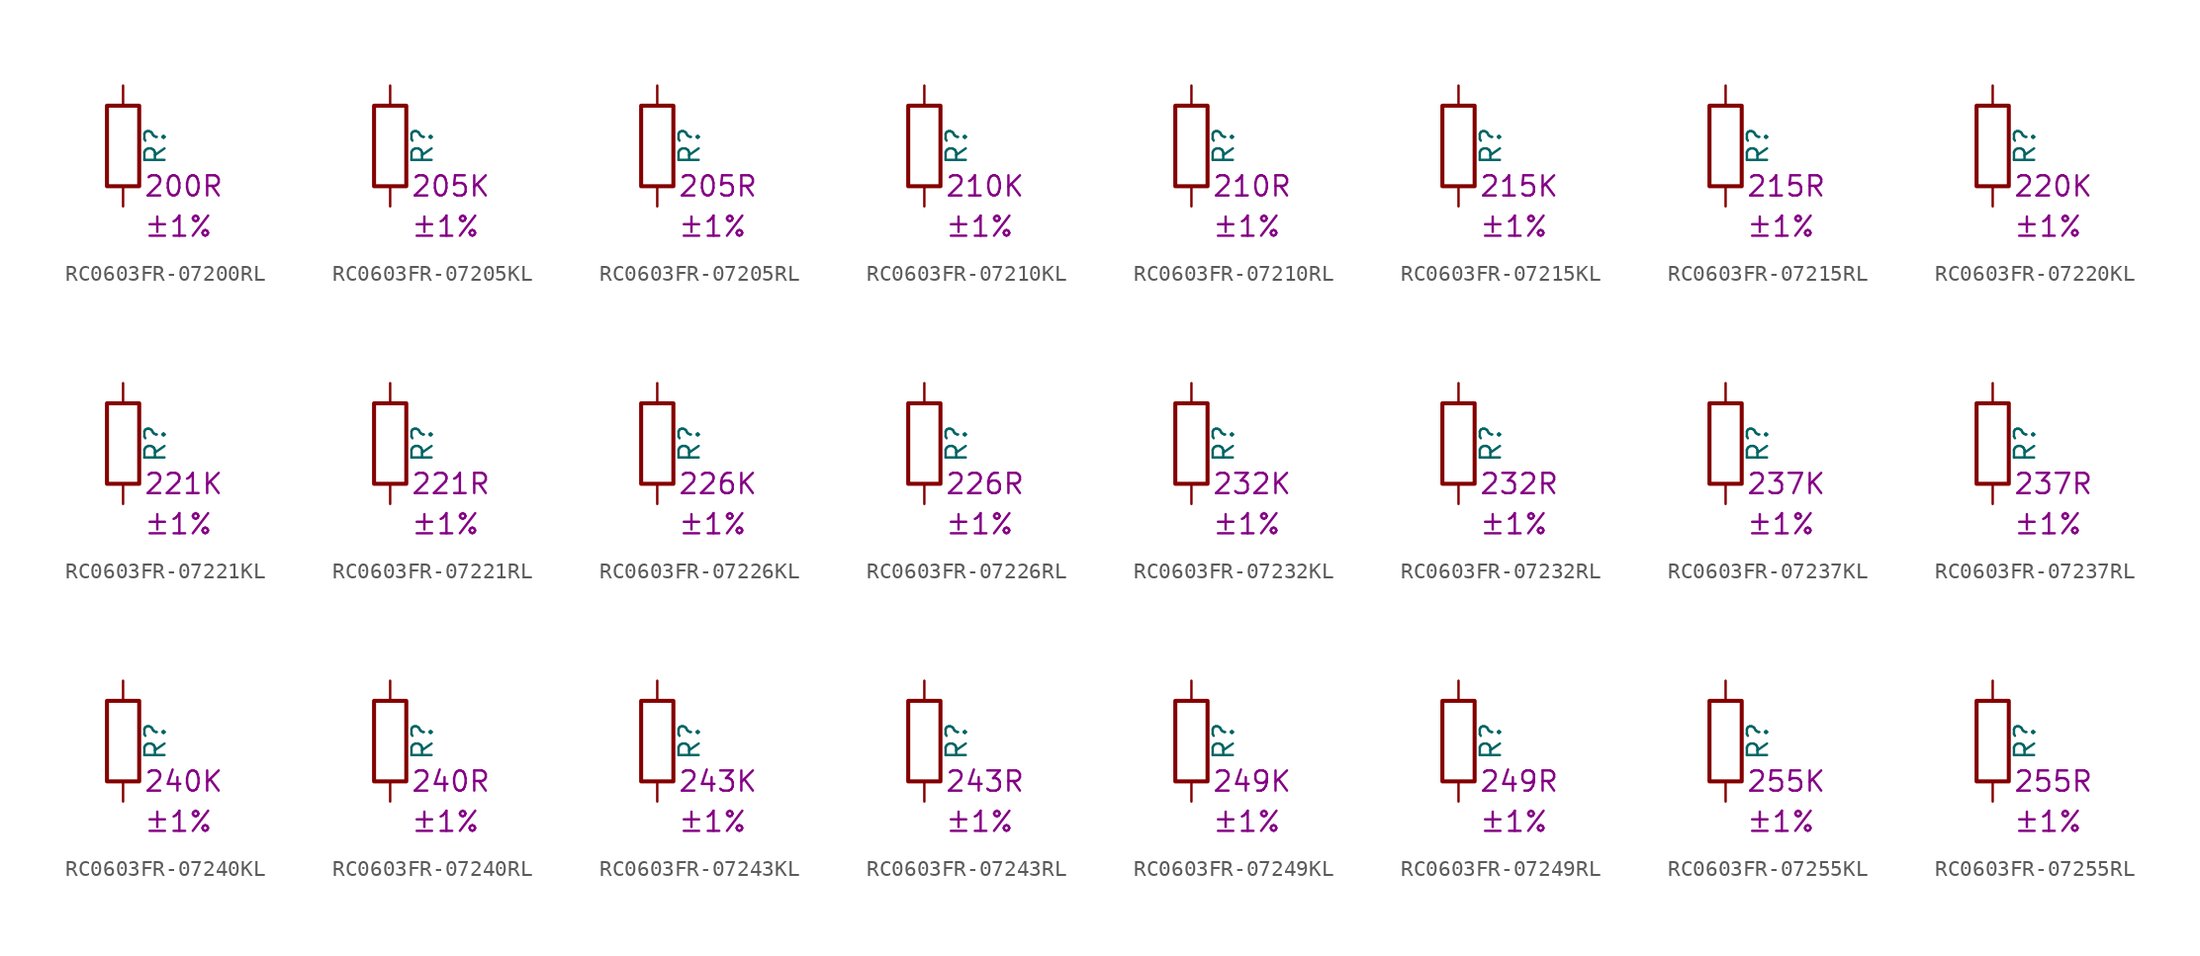
<source format=kicad_sym>
(kicad_symbol_lib
  (version 20220914)
  (generator kicad_symbol_editor)
  (symbol "RC0603FR-07200RL"
    (pin_numbers hide)
    (pin_names
      (offset 0))
    (property "Reference" "R"
      (at 2.032 0 90)
      (effects (font (size 1.27 1.27))))
    (property "Resistance" "200R"
      (at 1.27 -2.54 0)
      (effects (font (size 1.27 1.27)) (justify left)))
    (property "Tolerance" "±1%"
      (at 1.27 -5.08 0)
      (effects (font (size 1.27 1.27)) (justify left)))
    (symbol "RC0603FR-07200RL_0_1"
      (rectangle (start -1.016 -2.54) (end 1.016 2.54) (stroke (width 0.254) (type default)) (fill (type none))))
    (symbol "RC0603FR-07200RL_1_1"
      (pin passive line (at 0 3.81 270) (length 1.27) (name "~" (effects (font (size 1.27 1.27)))) (number "1" (effects (font (size 1.27 1.27)))))
      (pin passive line (at 0 -3.81 90) (length 1.27) (name "~" (effects (font (size 1.27 1.27)))) (number "2" (effects (font (size 1.27 1.27)))))))
  (symbol "RC0603FR-07205KL"
    (pin_numbers hide)
    (pin_names
      (offset 0))
    (property "Reference" "R"
      (at 2.032 0 90)
      (effects (font (size 1.27 1.27))))
    (property "Resistance" "205K"
      (at 1.27 -2.54 0)
      (effects (font (size 1.27 1.27)) (justify left)))
    (property "Tolerance" "±1%"
      (at 1.27 -5.08 0)
      (effects (font (size 1.27 1.27)) (justify left)))
    (symbol "RC0603FR-07205KL_0_1"
      (rectangle (start -1.016 -2.54) (end 1.016 2.54) (stroke (width 0.254) (type default)) (fill (type none))))
    (symbol "RC0603FR-07205KL_1_1"
      (pin passive line (at 0 3.81 270) (length 1.27) (name "~" (effects (font (size 1.27 1.27)))) (number "1" (effects (font (size 1.27 1.27)))))
      (pin passive line (at 0 -3.81 90) (length 1.27) (name "~" (effects (font (size 1.27 1.27)))) (number "2" (effects (font (size 1.27 1.27)))))))
  (symbol "RC0603FR-07205RL"
    (pin_numbers hide)
    (pin_names
      (offset 0))
    (property "Reference" "R"
      (at 2.032 0 90)
      (effects (font (size 1.27 1.27))))
    (property "Resistance" "205R"
      (at 1.27 -2.54 0)
      (effects (font (size 1.27 1.27)) (justify left)))
    (property "Tolerance" "±1%"
      (at 1.27 -5.08 0)
      (effects (font (size 1.27 1.27)) (justify left)))
    (symbol "RC0603FR-07205RL_0_1"
      (rectangle (start -1.016 -2.54) (end 1.016 2.54) (stroke (width 0.254) (type default)) (fill (type none))))
    (symbol "RC0603FR-07205RL_1_1"
      (pin passive line (at 0 3.81 270) (length 1.27) (name "~" (effects (font (size 1.27 1.27)))) (number "1" (effects (font (size 1.27 1.27)))))
      (pin passive line (at 0 -3.81 90) (length 1.27) (name "~" (effects (font (size 1.27 1.27)))) (number "2" (effects (font (size 1.27 1.27)))))))
  (symbol "RC0603FR-07210KL"
    (pin_numbers hide)
    (pin_names
      (offset 0))
    (property "Reference" "R"
      (at 2.032 0 90)
      (effects (font (size 1.27 1.27))))
    (property "Resistance" "210K"
      (at 1.27 -2.54 0)
      (effects (font (size 1.27 1.27)) (justify left)))
    (property "Tolerance" "±1%"
      (at 1.27 -5.08 0)
      (effects (font (size 1.27 1.27)) (justify left)))
    (symbol "RC0603FR-07210KL_0_1"
      (rectangle (start -1.016 -2.54) (end 1.016 2.54) (stroke (width 0.254) (type default)) (fill (type none))))
    (symbol "RC0603FR-07210KL_1_1"
      (pin passive line (at 0 3.81 270) (length 1.27) (name "~" (effects (font (size 1.27 1.27)))) (number "1" (effects (font (size 1.27 1.27)))))
      (pin passive line (at 0 -3.81 90) (length 1.27) (name "~" (effects (font (size 1.27 1.27)))) (number "2" (effects (font (size 1.27 1.27)))))))
  (symbol "RC0603FR-07210RL"
    (pin_numbers hide)
    (pin_names
      (offset 0))
    (property "Reference" "R"
      (at 2.032 0 90)
      (effects (font (size 1.27 1.27))))
    (property "Resistance" "210R"
      (at 1.27 -2.54 0)
      (effects (font (size 1.27 1.27)) (justify left)))
    (property "Tolerance" "±1%"
      (at 1.27 -5.08 0)
      (effects (font (size 1.27 1.27)) (justify left)))
    (symbol "RC0603FR-07210RL_0_1"
      (rectangle (start -1.016 -2.54) (end 1.016 2.54) (stroke (width 0.254) (type default)) (fill (type none))))
    (symbol "RC0603FR-07210RL_1_1"
      (pin passive line (at 0 3.81 270) (length 1.27) (name "~" (effects (font (size 1.27 1.27)))) (number "1" (effects (font (size 1.27 1.27)))))
      (pin passive line (at 0 -3.81 90) (length 1.27) (name "~" (effects (font (size 1.27 1.27)))) (number "2" (effects (font (size 1.27 1.27)))))))
  (symbol "RC0603FR-07215KL"
    (pin_numbers hide)
    (pin_names
      (offset 0))
    (property "Reference" "R"
      (at 2.032 0 90)
      (effects (font (size 1.27 1.27))))
    (property "Resistance" "215K"
      (at 1.27 -2.54 0)
      (effects (font (size 1.27 1.27)) (justify left)))
    (property "Tolerance" "±1%"
      (at 1.27 -5.08 0)
      (effects (font (size 1.27 1.27)) (justify left)))
    (symbol "RC0603FR-07215KL_0_1"
      (rectangle (start -1.016 -2.54) (end 1.016 2.54) (stroke (width 0.254) (type default)) (fill (type none))))
    (symbol "RC0603FR-07215KL_1_1"
      (pin passive line (at 0 3.81 270) (length 1.27) (name "~" (effects (font (size 1.27 1.27)))) (number "1" (effects (font (size 1.27 1.27)))))
      (pin passive line (at 0 -3.81 90) (length 1.27) (name "~" (effects (font (size 1.27 1.27)))) (number "2" (effects (font (size 1.27 1.27)))))))
  (symbol "RC0603FR-07215RL"
    (pin_numbers hide)
    (pin_names
      (offset 0))
    (property "Reference" "R"
      (at 2.032 0 90)
      (effects (font (size 1.27 1.27))))
    (property "Resistance" "215R"
      (at 1.27 -2.54 0)
      (effects (font (size 1.27 1.27)) (justify left)))
    (property "Tolerance" "±1%"
      (at 1.27 -5.08 0)
      (effects (font (size 1.27 1.27)) (justify left)))
    (symbol "RC0603FR-07215RL_0_1"
      (rectangle (start -1.016 -2.54) (end 1.016 2.54) (stroke (width 0.254) (type default)) (fill (type none))))
    (symbol "RC0603FR-07215RL_1_1"
      (pin passive line (at 0 3.81 270) (length 1.27) (name "~" (effects (font (size 1.27 1.27)))) (number "1" (effects (font (size 1.27 1.27)))))
      (pin passive line (at 0 -3.81 90) (length 1.27) (name "~" (effects (font (size 1.27 1.27)))) (number "2" (effects (font (size 1.27 1.27)))))))
  (symbol "RC0603FR-07220KL"
    (pin_numbers hide)
    (pin_names
      (offset 0))
    (property "Reference" "R"
      (at 2.032 0 90)
      (effects (font (size 1.27 1.27))))
    (property "Resistance" "220K"
      (at 1.27 -2.54 0)
      (effects (font (size 1.27 1.27)) (justify left)))
    (property "Tolerance" "±1%"
      (at 1.27 -5.08 0)
      (effects (font (size 1.27 1.27)) (justify left)))
    (symbol "RC0603FR-07220KL_0_1"
      (rectangle (start -1.016 -2.54) (end 1.016 2.54) (stroke (width 0.254) (type default)) (fill (type none))))
    (symbol "RC0603FR-07220KL_1_1"
      (pin passive line (at 0 3.81 270) (length 1.27) (name "~" (effects (font (size 1.27 1.27)))) (number "1" (effects (font (size 1.27 1.27)))))
      (pin passive line (at 0 -3.81 90) (length 1.27) (name "~" (effects (font (size 1.27 1.27)))) (number "2" (effects (font (size 1.27 1.27)))))))
  (symbol "RC0603FR-07221KL"
    (pin_numbers hide)
    (pin_names
      (offset 0))
    (property "Reference" "R"
      (at 2.032 0 90)
      (effects (font (size 1.27 1.27))))
    (property "Resistance" "221K"
      (at 1.27 -2.54 0)
      (effects (font (size 1.27 1.27)) (justify left)))
    (property "Tolerance" "±1%"
      (at 1.27 -5.08 0)
      (effects (font (size 1.27 1.27)) (justify left)))
    (symbol "RC0603FR-07221KL_0_1"
      (rectangle (start -1.016 -2.54) (end 1.016 2.54) (stroke (width 0.254) (type default)) (fill (type none))))
    (symbol "RC0603FR-07221KL_1_1"
      (pin passive line (at 0 3.81 270) (length 1.27) (name "~" (effects (font (size 1.27 1.27)))) (number "1" (effects (font (size 1.27 1.27)))))
      (pin passive line (at 0 -3.81 90) (length 1.27) (name "~" (effects (font (size 1.27 1.27)))) (number "2" (effects (font (size 1.27 1.27)))))))
  (symbol "RC0603FR-07221RL"
    (pin_numbers hide)
    (pin_names
      (offset 0))
    (property "Reference" "R"
      (at 2.032 0 90)
      (effects (font (size 1.27 1.27))))
    (property "Resistance" "221R"
      (at 1.27 -2.54 0)
      (effects (font (size 1.27 1.27)) (justify left)))
    (property "Tolerance" "±1%"
      (at 1.27 -5.08 0)
      (effects (font (size 1.27 1.27)) (justify left)))
    (symbol "RC0603FR-07221RL_0_1"
      (rectangle (start -1.016 -2.54) (end 1.016 2.54) (stroke (width 0.254) (type default)) (fill (type none))))
    (symbol "RC0603FR-07221RL_1_1"
      (pin passive line (at 0 3.81 270) (length 1.27) (name "~" (effects (font (size 1.27 1.27)))) (number "1" (effects (font (size 1.27 1.27)))))
      (pin passive line (at 0 -3.81 90) (length 1.27) (name "~" (effects (font (size 1.27 1.27)))) (number "2" (effects (font (size 1.27 1.27)))))))
  (symbol "RC0603FR-07226KL"
    (pin_numbers hide)
    (pin_names
      (offset 0))
    (property "Reference" "R"
      (at 2.032 0 90)
      (effects (font (size 1.27 1.27))))
    (property "Resistance" "226K"
      (at 1.27 -2.54 0)
      (effects (font (size 1.27 1.27)) (justify left)))
    (property "Tolerance" "±1%"
      (at 1.27 -5.08 0)
      (effects (font (size 1.27 1.27)) (justify left)))
    (symbol "RC0603FR-07226KL_0_1"
      (rectangle (start -1.016 -2.54) (end 1.016 2.54) (stroke (width 0.254) (type default)) (fill (type none))))
    (symbol "RC0603FR-07226KL_1_1"
      (pin passive line (at 0 3.81 270) (length 1.27) (name "~" (effects (font (size 1.27 1.27)))) (number "1" (effects (font (size 1.27 1.27)))))
      (pin passive line (at 0 -3.81 90) (length 1.27) (name "~" (effects (font (size 1.27 1.27)))) (number "2" (effects (font (size 1.27 1.27)))))))
  (symbol "RC0603FR-07226RL"
    (pin_numbers hide)
    (pin_names
      (offset 0))
    (property "Reference" "R"
      (at 2.032 0 90)
      (effects (font (size 1.27 1.27))))
    (property "Resistance" "226R"
      (at 1.27 -2.54 0)
      (effects (font (size 1.27 1.27)) (justify left)))
    (property "Tolerance" "±1%"
      (at 1.27 -5.08 0)
      (effects (font (size 1.27 1.27)) (justify left)))
    (symbol "RC0603FR-07226RL_0_1"
      (rectangle (start -1.016 -2.54) (end 1.016 2.54) (stroke (width 0.254) (type default)) (fill (type none))))
    (symbol "RC0603FR-07226RL_1_1"
      (pin passive line (at 0 3.81 270) (length 1.27) (name "~" (effects (font (size 1.27 1.27)))) (number "1" (effects (font (size 1.27 1.27)))))
      (pin passive line (at 0 -3.81 90) (length 1.27) (name "~" (effects (font (size 1.27 1.27)))) (number "2" (effects (font (size 1.27 1.27)))))))
  (symbol "RC0603FR-07232KL"
    (pin_numbers hide)
    (pin_names
      (offset 0))
    (property "Reference" "R"
      (at 2.032 0 90)
      (effects (font (size 1.27 1.27))))
    (property "Resistance" "232K"
      (at 1.27 -2.54 0)
      (effects (font (size 1.27 1.27)) (justify left)))
    (property "Tolerance" "±1%"
      (at 1.27 -5.08 0)
      (effects (font (size 1.27 1.27)) (justify left)))
    (symbol "RC0603FR-07232KL_0_1"
      (rectangle (start -1.016 -2.54) (end 1.016 2.54) (stroke (width 0.254) (type default)) (fill (type none))))
    (symbol "RC0603FR-07232KL_1_1"
      (pin passive line (at 0 3.81 270) (length 1.27) (name "~" (effects (font (size 1.27 1.27)))) (number "1" (effects (font (size 1.27 1.27)))))
      (pin passive line (at 0 -3.81 90) (length 1.27) (name "~" (effects (font (size 1.27 1.27)))) (number "2" (effects (font (size 1.27 1.27)))))))
  (symbol "RC0603FR-07232RL"
    (pin_numbers hide)
    (pin_names
      (offset 0))
    (property "Reference" "R"
      (at 2.032 0 90)
      (effects (font (size 1.27 1.27))))
    (property "Resistance" "232R"
      (at 1.27 -2.54 0)
      (effects (font (size 1.27 1.27)) (justify left)))
    (property "Tolerance" "±1%"
      (at 1.27 -5.08 0)
      (effects (font (size 1.27 1.27)) (justify left)))
    (symbol "RC0603FR-07232RL_0_1"
      (rectangle (start -1.016 -2.54) (end 1.016 2.54) (stroke (width 0.254) (type default)) (fill (type none))))
    (symbol "RC0603FR-07232RL_1_1"
      (pin passive line (at 0 3.81 270) (length 1.27) (name "~" (effects (font (size 1.27 1.27)))) (number "1" (effects (font (size 1.27 1.27)))))
      (pin passive line (at 0 -3.81 90) (length 1.27) (name "~" (effects (font (size 1.27 1.27)))) (number "2" (effects (font (size 1.27 1.27)))))))
  (symbol "RC0603FR-07237KL"
    (pin_numbers hide)
    (pin_names
      (offset 0))
    (property "Reference" "R"
      (at 2.032 0 90)
      (effects (font (size 1.27 1.27))))
    (property "Resistance" "237K"
      (at 1.27 -2.54 0)
      (effects (font (size 1.27 1.27)) (justify left)))
    (property "Tolerance" "±1%"
      (at 1.27 -5.08 0)
      (effects (font (size 1.27 1.27)) (justify left)))
    (symbol "RC0603FR-07237KL_0_1"
      (rectangle (start -1.016 -2.54) (end 1.016 2.54) (stroke (width 0.254) (type default)) (fill (type none))))
    (symbol "RC0603FR-07237KL_1_1"
      (pin passive line (at 0 3.81 270) (length 1.27) (name "~" (effects (font (size 1.27 1.27)))) (number "1" (effects (font (size 1.27 1.27)))))
      (pin passive line (at 0 -3.81 90) (length 1.27) (name "~" (effects (font (size 1.27 1.27)))) (number "2" (effects (font (size 1.27 1.27)))))))
  (symbol "RC0603FR-07237RL"
    (pin_numbers hide)
    (pin_names
      (offset 0))
    (property "Reference" "R"
      (at 2.032 0 90)
      (effects (font (size 1.27 1.27))))
    (property "Resistance" "237R"
      (at 1.27 -2.54 0)
      (effects (font (size 1.27 1.27)) (justify left)))
    (property "Tolerance" "±1%"
      (at 1.27 -5.08 0)
      (effects (font (size 1.27 1.27)) (justify left)))
    (symbol "RC0603FR-07237RL_0_1"
      (rectangle (start -1.016 -2.54) (end 1.016 2.54) (stroke (width 0.254) (type default)) (fill (type none))))
    (symbol "RC0603FR-07237RL_1_1"
      (pin passive line (at 0 3.81 270) (length 1.27) (name "~" (effects (font (size 1.27 1.27)))) (number "1" (effects (font (size 1.27 1.27)))))
      (pin passive line (at 0 -3.81 90) (length 1.27) (name "~" (effects (font (size 1.27 1.27)))) (number "2" (effects (font (size 1.27 1.27)))))))
  (symbol "RC0603FR-07240KL"
    (pin_numbers hide)
    (pin_names
      (offset 0))
    (property "Reference" "R"
      (at 2.032 0 90)
      (effects (font (size 1.27 1.27))))
    (property "Resistance" "240K"
      (at 1.27 -2.54 0)
      (effects (font (size 1.27 1.27)) (justify left)))
    (property "Tolerance" "±1%"
      (at 1.27 -5.08 0)
      (effects (font (size 1.27 1.27)) (justify left)))
    (symbol "RC0603FR-07240KL_0_1"
      (rectangle (start -1.016 -2.54) (end 1.016 2.54) (stroke (width 0.254) (type default)) (fill (type none))))
    (symbol "RC0603FR-07240KL_1_1"
      (pin passive line (at 0 3.81 270) (length 1.27) (name "~" (effects (font (size 1.27 1.27)))) (number "1" (effects (font (size 1.27 1.27)))))
      (pin passive line (at 0 -3.81 90) (length 1.27) (name "~" (effects (font (size 1.27 1.27)))) (number "2" (effects (font (size 1.27 1.27)))))))
  (symbol "RC0603FR-07240RL"
    (pin_numbers hide)
    (pin_names
      (offset 0))
    (property "Reference" "R"
      (at 2.032 0 90)
      (effects (font (size 1.27 1.27))))
    (property "Resistance" "240R"
      (at 1.27 -2.54 0)
      (effects (font (size 1.27 1.27)) (justify left)))
    (property "Tolerance" "±1%"
      (at 1.27 -5.08 0)
      (effects (font (size 1.27 1.27)) (justify left)))
    (symbol "RC0603FR-07240RL_0_1"
      (rectangle (start -1.016 -2.54) (end 1.016 2.54) (stroke (width 0.254) (type default)) (fill (type none))))
    (symbol "RC0603FR-07240RL_1_1"
      (pin passive line (at 0 3.81 270) (length 1.27) (name "~" (effects (font (size 1.27 1.27)))) (number "1" (effects (font (size 1.27 1.27)))))
      (pin passive line (at 0 -3.81 90) (length 1.27) (name "~" (effects (font (size 1.27 1.27)))) (number "2" (effects (font (size 1.27 1.27)))))))
  (symbol "RC0603FR-07243KL"
    (pin_numbers hide)
    (pin_names
      (offset 0))
    (property "Reference" "R"
      (at 2.032 0 90)
      (effects (font (size 1.27 1.27))))
    (property "Resistance" "243K"
      (at 1.27 -2.54 0)
      (effects (font (size 1.27 1.27)) (justify left)))
    (property "Tolerance" "±1%"
      (at 1.27 -5.08 0)
      (effects (font (size 1.27 1.27)) (justify left)))
    (symbol "RC0603FR-07243KL_0_1"
      (rectangle (start -1.016 -2.54) (end 1.016 2.54) (stroke (width 0.254) (type default)) (fill (type none))))
    (symbol "RC0603FR-07243KL_1_1"
      (pin passive line (at 0 3.81 270) (length 1.27) (name "~" (effects (font (size 1.27 1.27)))) (number "1" (effects (font (size 1.27 1.27)))))
      (pin passive line (at 0 -3.81 90) (length 1.27) (name "~" (effects (font (size 1.27 1.27)))) (number "2" (effects (font (size 1.27 1.27)))))))
  (symbol "RC0603FR-07243RL"
    (pin_numbers hide)
    (pin_names
      (offset 0))
    (property "Reference" "R"
      (at 2.032 0 90)
      (effects (font (size 1.27 1.27))))
    (property "Resistance" "243R"
      (at 1.27 -2.54 0)
      (effects (font (size 1.27 1.27)) (justify left)))
    (property "Tolerance" "±1%"
      (at 1.27 -5.08 0)
      (effects (font (size 1.27 1.27)) (justify left)))
    (symbol "RC0603FR-07243RL_0_1"
      (rectangle (start -1.016 -2.54) (end 1.016 2.54) (stroke (width 0.254) (type default)) (fill (type none))))
    (symbol "RC0603FR-07243RL_1_1"
      (pin passive line (at 0 3.81 270) (length 1.27) (name "~" (effects (font (size 1.27 1.27)))) (number "1" (effects (font (size 1.27 1.27)))))
      (pin passive line (at 0 -3.81 90) (length 1.27) (name "~" (effects (font (size 1.27 1.27)))) (number "2" (effects (font (size 1.27 1.27)))))))
  (symbol "RC0603FR-07249KL"
    (pin_numbers hide)
    (pin_names
      (offset 0))
    (property "Reference" "R"
      (at 2.032 0 90)
      (effects (font (size 1.27 1.27))))
    (property "Resistance" "249K"
      (at 1.27 -2.54 0)
      (effects (font (size 1.27 1.27)) (justify left)))
    (property "Tolerance" "±1%"
      (at 1.27 -5.08 0)
      (effects (font (size 1.27 1.27)) (justify left)))
    (symbol "RC0603FR-07249KL_0_1"
      (rectangle (start -1.016 -2.54) (end 1.016 2.54) (stroke (width 0.254) (type default)) (fill (type none))))
    (symbol "RC0603FR-07249KL_1_1"
      (pin passive line (at 0 3.81 270) (length 1.27) (name "~" (effects (font (size 1.27 1.27)))) (number "1" (effects (font (size 1.27 1.27)))))
      (pin passive line (at 0 -3.81 90) (length 1.27) (name "~" (effects (font (size 1.27 1.27)))) (number "2" (effects (font (size 1.27 1.27)))))))
  (symbol "RC0603FR-07249RL"
    (pin_numbers hide)
    (pin_names
      (offset 0))
    (property "Reference" "R"
      (at 2.032 0 90)
      (effects (font (size 1.27 1.27))))
    (property "Resistance" "249R"
      (at 1.27 -2.54 0)
      (effects (font (size 1.27 1.27)) (justify left)))
    (property "Tolerance" "±1%"
      (at 1.27 -5.08 0)
      (effects (font (size 1.27 1.27)) (justify left)))
    (symbol "RC0603FR-07249RL_0_1"
      (rectangle (start -1.016 -2.54) (end 1.016 2.54) (stroke (width 0.254) (type default)) (fill (type none))))
    (symbol "RC0603FR-07249RL_1_1"
      (pin passive line (at 0 3.81 270) (length 1.27) (name "~" (effects (font (size 1.27 1.27)))) (number "1" (effects (font (size 1.27 1.27)))))
      (pin passive line (at 0 -3.81 90) (length 1.27) (name "~" (effects (font (size 1.27 1.27)))) (number "2" (effects (font (size 1.27 1.27)))))))
  (symbol "RC0603FR-07255KL"
    (pin_numbers hide)
    (pin_names
      (offset 0))
    (property "Reference" "R"
      (at 2.032 0 90)
      (effects (font (size 1.27 1.27))))
    (property "Resistance" "255K"
      (at 1.27 -2.54 0)
      (effects (font (size 1.27 1.27)) (justify left)))
    (property "Tolerance" "±1%"
      (at 1.27 -5.08 0)
      (effects (font (size 1.27 1.27)) (justify left)))
    (symbol "RC0603FR-07255KL_0_1"
      (rectangle (start -1.016 -2.54) (end 1.016 2.54) (stroke (width 0.254) (type default)) (fill (type none))))
    (symbol "RC0603FR-07255KL_1_1"
      (pin passive line (at 0 3.81 270) (length 1.27) (name "~" (effects (font (size 1.27 1.27)))) (number "1" (effects (font (size 1.27 1.27)))))
      (pin passive line (at 0 -3.81 90) (length 1.27) (name "~" (effects (font (size 1.27 1.27)))) (number "2" (effects (font (size 1.27 1.27)))))))
  (symbol "RC0603FR-07255RL"
    (pin_numbers hide)
    (pin_names
      (offset 0))
    (property "Reference" "R"
      (at 2.032 0 90)
      (effects (font (size 1.27 1.27))))
    (property "Resistance" "255R"
      (at 1.27 -2.54 0)
      (effects (font (size 1.27 1.27)) (justify left)))
    (property "Tolerance" "±1%"
      (at 1.27 -5.08 0)
      (effects (font (size 1.27 1.27)) (justify left)))
    (symbol "RC0603FR-07255RL_0_1"
      (rectangle (start -1.016 -2.54) (end 1.016 2.54) (stroke (width 0.254) (type default)) (fill (type none))))
    (symbol "RC0603FR-07255RL_1_1"
      (pin passive line (at 0 3.81 270) (length 1.27) (name "~" (effects (font (size 1.27 1.27)))) (number "1" (effects (font (size 1.27 1.27)))))
      (pin passive line (at 0 -3.81 90) (length 1.27) (name "~" (effects (font (size 1.27 1.27)))) (number "2" (effects (font (size 1.27 1.27))))))))
</source>
